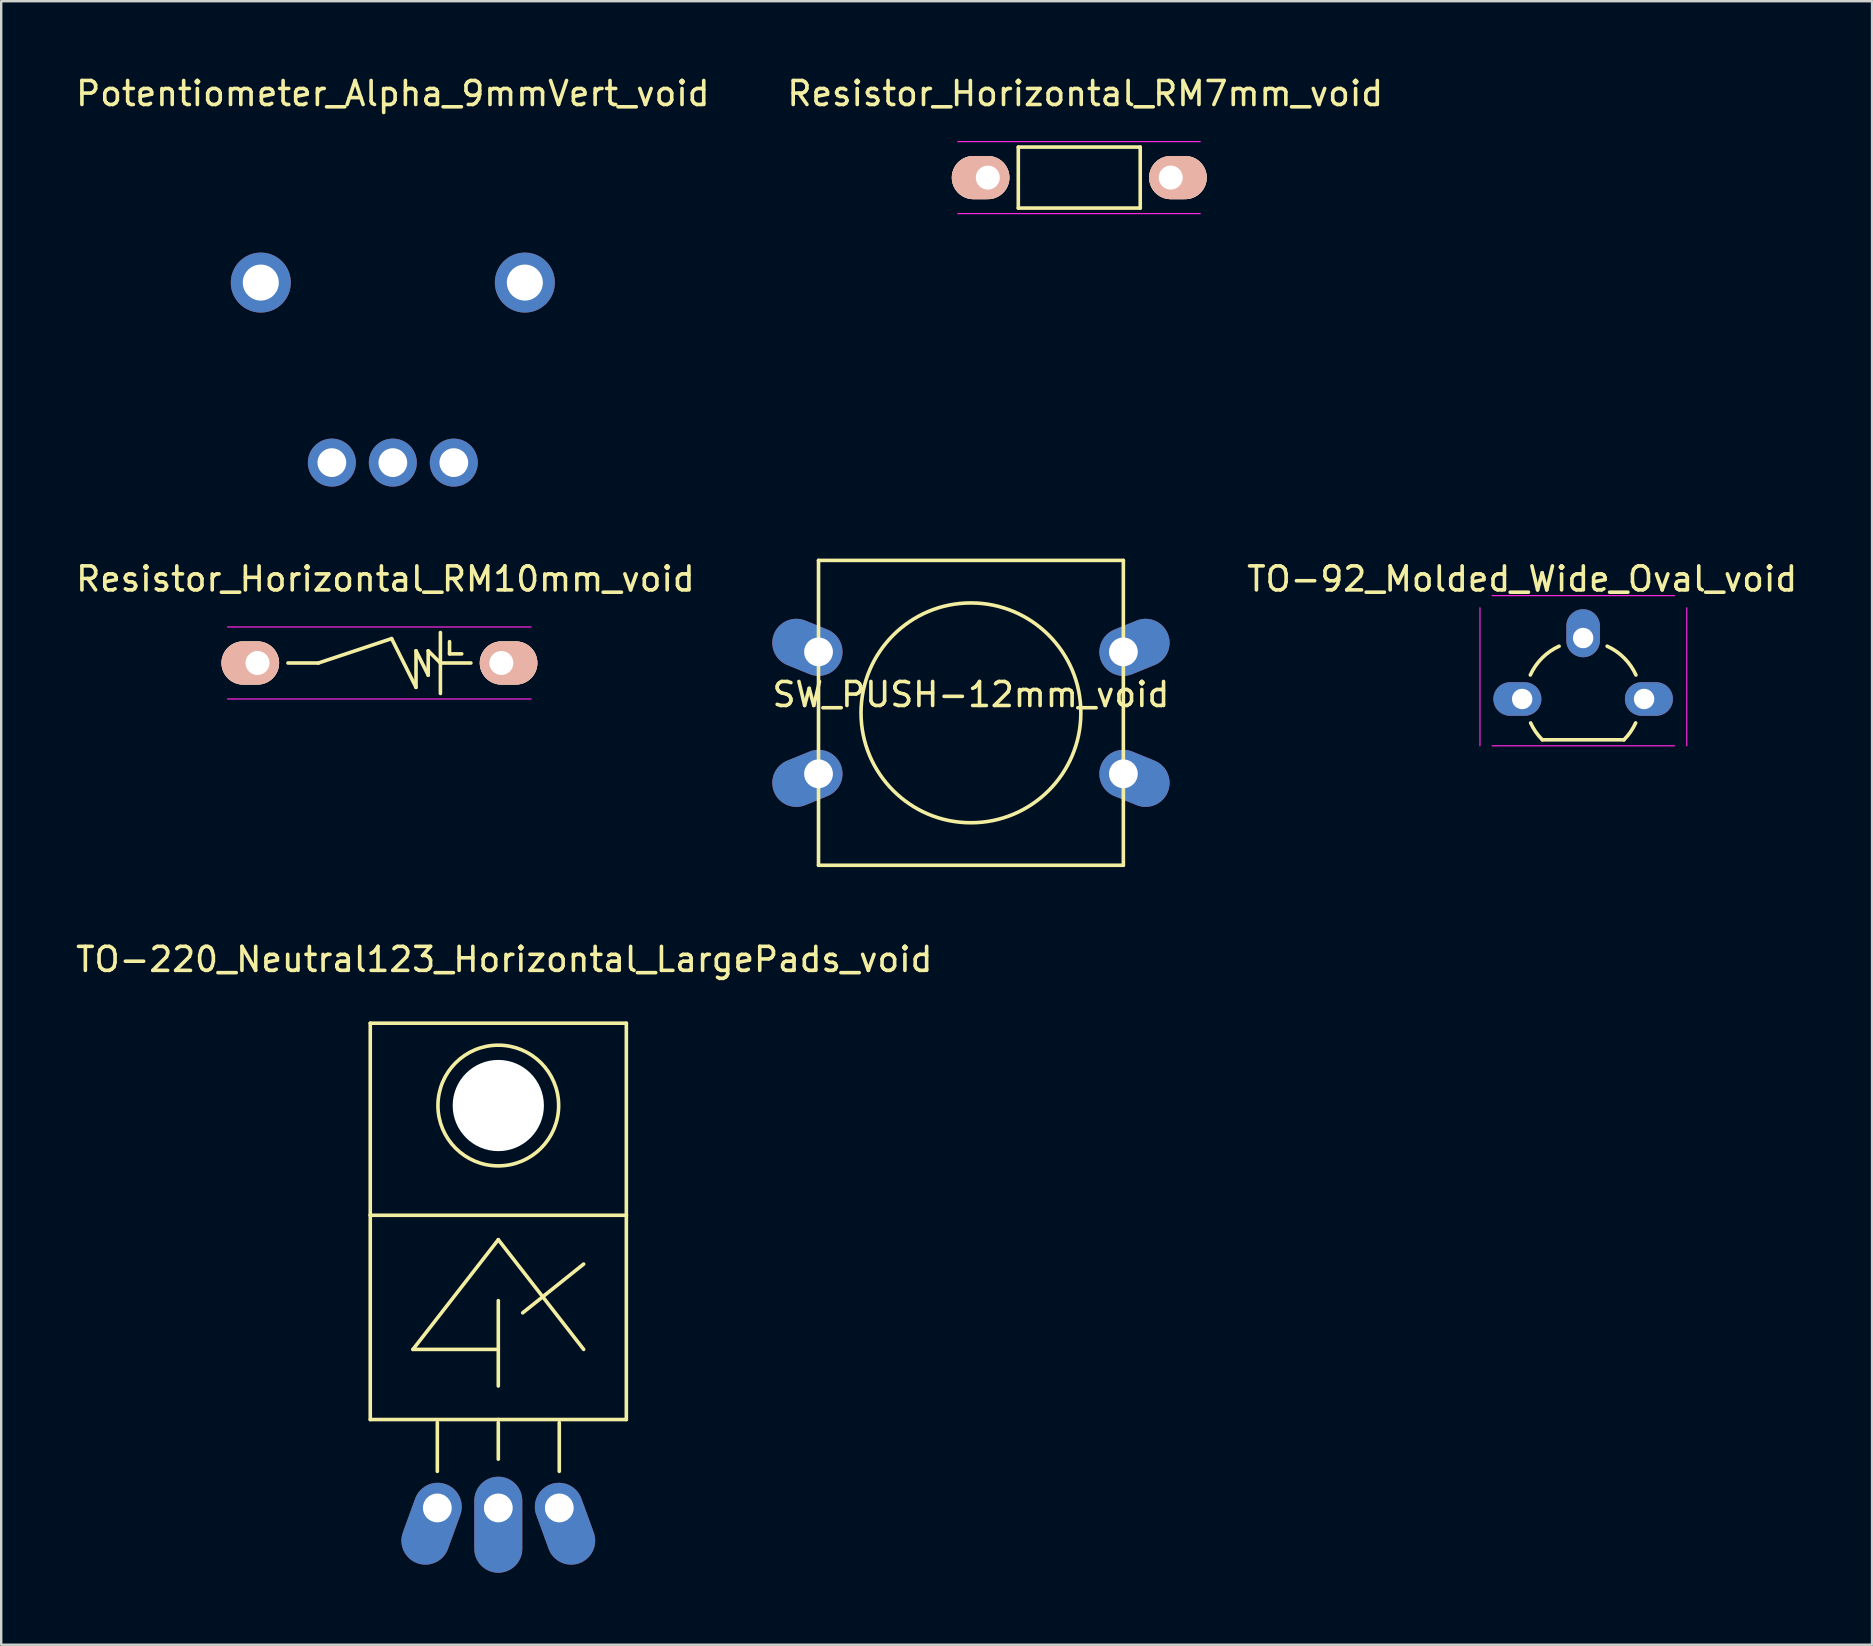
<source format=kicad_pcb>
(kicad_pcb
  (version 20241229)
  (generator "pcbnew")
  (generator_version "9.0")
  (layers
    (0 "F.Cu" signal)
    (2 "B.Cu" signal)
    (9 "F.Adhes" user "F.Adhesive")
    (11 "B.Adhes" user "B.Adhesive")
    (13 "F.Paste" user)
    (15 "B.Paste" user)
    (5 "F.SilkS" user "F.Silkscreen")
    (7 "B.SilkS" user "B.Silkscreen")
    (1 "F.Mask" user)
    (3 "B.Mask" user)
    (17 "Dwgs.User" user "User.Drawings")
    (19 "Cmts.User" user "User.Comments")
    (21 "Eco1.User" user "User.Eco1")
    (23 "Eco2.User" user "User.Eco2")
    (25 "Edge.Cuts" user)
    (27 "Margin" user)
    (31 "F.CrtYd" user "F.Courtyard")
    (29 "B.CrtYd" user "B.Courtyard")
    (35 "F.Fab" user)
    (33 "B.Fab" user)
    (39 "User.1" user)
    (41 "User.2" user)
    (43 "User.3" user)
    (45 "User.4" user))
  (footprint "TO-92_Molded_Wide_Oval_void"
    (layer "F.Cu")
    (at 60.363 26.07)
    (property "Reference" "TO-92_Molded_Wide_Oval_void" (at 0 -5 0) (layer "F.SilkS") (effects (font (size 1 1) (thickness 0.15))))
    (attr through_hole)
    (fp_line (start 0.84 1.7) (end 4.24 1.7) (stroke (width 0.15) (type solid)) (layer "F.SilkS"))
    (fp_arc (start 0.34 -1) (mid 0.831199 -1.708801) (end 1.54 -2.2) (stroke (width 0.15) (type solid)) (layer "F.SilkS"))
    (fp_arc (start 0.84 1.7) (mid 0.564627 1.370365) (end 0.352305 0.99699) (stroke (width 0.15) (type solid)) (layer "F.SilkS"))
    (fp_arc (start 3.54 -2.2) (mid 4.248801 -1.708801) (end 4.74 -1) (stroke (width 0.15) (type solid)) (layer "F.SilkS"))
    (fp_arc (start 4.727695 0.99699) (mid 4.515373 1.370365) (end 4.24 1.7) (stroke (width 0.15) (type solid)) (layer "F.SilkS"))
    (fp_line (start -1.758 1.95) (end -1.758 -3.8) (stroke (width 0.05) (type solid)) (layer "F.CrtYd"))
    (fp_line (start -1.25 -4.308) (end 6.35 -4.308) (stroke (width 0.05) (type solid)) (layer "F.CrtYd"))
    (fp_line (start -1.25 1.95) (end 6.35 1.95) (stroke (width 0.05) (type solid)) (layer "F.CrtYd"))
    (fp_line (start 6.858 1.95) (end 6.858 -3.8) (stroke (width 0.05) (type solid)) (layer "F.CrtYd"))
    (pad "1" thru_hole oval (at 0 0 90) (size 1.4 2) (drill 0.85 (offset 0 -0.2)) (layers "*.Cu" "*.Mask"))
    (pad "2" thru_hole oval (at 2.54 -2.54 90) (size 2 1.4) (drill 0.85 (offset 0.2 0)) (layers "*.Cu" "*.Mask"))
    (pad "3" thru_hole oval (at 5.08 0 90) (size 1.4 2) (drill 0.85 (offset 0 0.2)) (layers "*.Cu" "*.Mask")))
  (footprint "TO-220_Neutral123_Horizontal_LargePads_void"
    (layer "F.Cu")
    (at 17.709 59.77)
    (property "Reference" "TO-220_Neutral123_Horizontal_LargePads_void" (at 0.249 -22.85 0) (layer "F.SilkS") (effects (font (size 1 1) (thickness 0.15))))
    (attr through_hole)
    (fp_line (start -5.334 -20.193) (end -5.334 -12.192) (stroke (width 0.15) (type solid)) (layer "F.SilkS"))
    (fp_line (start -5.334 -12.192) (end -5.334 -3.683) (stroke (width 0.15) (type solid)) (layer "F.SilkS"))
    (fp_line (start -3.556 -6.604) (end 0 -6.604) (stroke (width 0.15) (type solid)) (layer "F.SilkS"))
    (fp_line (start -2.54 -1.524) (end -2.54 -3.556) (stroke (width 0.15) (type solid)) (layer "F.SilkS"))
    (fp_line (start 0 -11.176) (end -3.556 -6.604) (stroke (width 0.15) (type solid)) (layer "F.SilkS"))
    (fp_line (start 0 -11.176) (end 3.556 -6.604) (stroke (width 0.15) (type solid)) (layer "F.SilkS"))
    (fp_line (start 0 -8.636) (end 0 -5.08) (stroke (width 0.15) (type solid)) (layer "F.SilkS"))
    (fp_line (start 0 -3.683) (end -5.334 -3.683) (stroke (width 0.15) (type solid)) (layer "F.SilkS"))
    (fp_line (start 0 -3.683) (end 5.334 -3.683) (stroke (width 0.15) (type solid)) (layer "F.SilkS"))
    (fp_line (start 0 -3.556) (end 0 -2.032) (stroke (width 0.15) (type solid)) (layer "F.SilkS"))
    (fp_line (start 1.016 -8.128) (end 3.556 -10.16) (stroke (width 0.15) (type solid)) (layer "F.SilkS"))
    (fp_line (start 2.54 -1.524) (end 2.54 -3.556) (stroke (width 0.15) (type solid)) (layer "F.SilkS"))
    (fp_line (start 5.334 -20.193) (end -5.334 -20.193) (stroke (width 0.15) (type solid)) (layer "F.SilkS"))
    (fp_line (start 5.334 -12.192) (end -5.334 -12.192) (stroke (width 0.15) (type solid)) (layer "F.SilkS"))
    (fp_line (start 5.334 -12.192) (end 5.334 -20.193) (stroke (width 0.15) (type solid)) (layer "F.SilkS"))
    (fp_line (start 5.334 -3.683) (end 5.334 -12.192) (stroke (width 0.15) (type solid)) (layer "F.SilkS"))
    (fp_circle (center 0 -16.764) (end 1.778 -14.986) (stroke (width 0.15) (type solid)) (fill no) (layer "F.SilkS"))
    (pad "" np_thru_hole circle (at 0 -16.764 90) (size 3.8 3.8) (drill 3.8) (layers "*.Cu" "*.Mask"))
    (pad "1" thru_hole oval (at -2.54 0 70) (size 3.5 2) (drill 1.2 (offset -0.7 0)) (layers "*.Cu" "*.Mask"))
    (pad "2" thru_hole oval (at 0 0 90) (size 4 2) (drill 1.2 (offset -0.7 0)) (layers "*.Cu" "*.Mask"))
    (pad "3" thru_hole oval (at 2.54 0 110) (size 3.5 2) (drill 1.2 (offset -0.7 0)) (layers "*.Cu" "*.Mask")))
  (footprint "Resistor_Horizontal_RM10mm_void"
    (layer "F.Cu")
    (at 7.677 24.57)
    (property "Reference" "Resistor_Horizontal_RM10mm_void" (at 5.329 -3.5 0) (layer "F.SilkS") (effects (font (size 1 1) (thickness 0.15))))
    (attr through_hole)
    (fp_line (start 2.54 0) (end 1.27 0) (stroke (width 0.15) (type solid)) (layer "F.SilkS"))
    (fp_line (start 5.588 -1.016) (end 2.54 0) (stroke (width 0.15) (type solid)) (layer "F.SilkS"))
    (fp_line (start 6.604 -0.508) (end 6.604 1.016) (stroke (width 0.15) (type solid)) (layer "F.SilkS"))
    (fp_line (start 6.604 1.016) (end 5.588 -1.016) (stroke (width 0.15) (type solid)) (layer "F.SilkS"))
    (fp_line (start 7.112 -0.508) (end 7.112 0.508) (stroke (width 0.15) (type solid)) (layer "F.SilkS"))
    (fp_line (start 7.112 0.508) (end 6.604 -0.508) (stroke (width 0.15) (type solid)) (layer "F.SilkS"))
    (fp_line (start 7.62 -1.27) (end 7.62 1.27) (stroke (width 0.15) (type solid)) (layer "F.SilkS"))
    (fp_line (start 7.62 0) (end 7.112 -0.508) (stroke (width 0.15) (type solid)) (layer "F.SilkS"))
    (fp_line (start 7.62 0) (end 8.89 0) (stroke (width 0.15) (type solid)) (layer "F.SilkS"))
    (fp_line (start 8.001 -0.889) (end 8.001 -0.381) (stroke (width 0.15) (type solid)) (layer "F.SilkS"))
    (fp_line (start 8.001 -0.381) (end 8.509 -0.381) (stroke (width 0.15) (type solid)) (layer "F.SilkS"))
    (fp_line (start -1.25 -1.5) (end 11.4 -1.5) (stroke (width 0.05) (type solid)) (layer "F.CrtYd"))
    (fp_line (start -1.25 1.5) (end 11.4 1.5) (stroke (width 0.05) (type solid)) (layer "F.CrtYd"))
    (pad "1" thru_hole oval (at 0 0) (size 2.4 1.8) (drill 1 (offset -0.3 0)) (layers "*.Cu" "*.SilkS" "*.Mask"))
    (pad "2" thru_hole oval (at 10.16 0) (size 2.4 1.8) (drill 1 (offset 0.3 0)) (layers "*.Cu" "*.SilkS" "*.Mask")))
  (footprint "Resistor_Horizontal_RM7mm_void"
    (layer "F.Cu")
    (at 38.102 4.348)
    (property "Reference" "Resistor_Horizontal_RM7mm_void" (at 4.059 -3.5 0) (layer "F.SilkS") (effects (font (size 1 1) (thickness 0.15))))
    (attr through_hole)
    (fp_line (start 1.27 -1.27) (end 6.35 -1.27) (stroke (width 0.15) (type solid)) (layer "F.SilkS"))
    (fp_line (start 1.27 1.27) (end 1.27 -1.27) (stroke (width 0.15) (type solid)) (layer "F.SilkS"))
    (fp_line (start 6.35 -1.27) (end 6.35 1.27) (stroke (width 0.15) (type solid)) (layer "F.SilkS"))
    (fp_line (start 6.35 1.27) (end 1.27 1.27) (stroke (width 0.15) (type solid)) (layer "F.SilkS"))
    (fp_line (start -1.25 -1.5) (end 8.85 -1.5) (stroke (width 0.05) (type solid)) (layer "F.CrtYd"))
    (fp_line (start -1.25 1.5) (end 8.85 1.5) (stroke (width 0.05) (type solid)) (layer "F.CrtYd"))
    (pad "1" thru_hole oval (at 0 0) (size 2.4 1.8) (drill 1 (offset -0.3 0)) (layers "*.Cu" "*.SilkS" "*.Mask"))
    (pad "2" thru_hole oval (at 7.62 0) (size 2.4 1.8) (drill 1 (offset 0.3 0)) (layers "*.Cu" "*.SilkS" "*.Mask")))
  (footprint "SW_PUSH-12mm_void"
    (layer "F.Cu")
    (at 37.399 26.647)
    (property "Reference" "SW_PUSH-12mm_void" (at 0 -0.762 0) (layer "F.SilkS") (effects (font (size 1 1) (thickness 0.15))))
    (attr through_hole)
    (fp_line (start -6.35 -6.35) (end 6.35 -6.35) (stroke (width 0.15) (type solid)) (layer "F.SilkS"))
    (fp_line (start -6.35 6.35) (end -6.35 -6.35) (stroke (width 0.15) (type solid)) (layer "F.SilkS"))
    (fp_line (start 6.35 -6.35) (end 6.35 6.35) (stroke (width 0.15) (type solid)) (layer "F.SilkS"))
    (fp_line (start 6.35 6.35) (end -6.35 6.35) (stroke (width 0.15) (type solid)) (layer "F.SilkS"))
    (fp_circle (center 0 0) (end 3.81 2.54) (stroke (width 0.15) (type solid)) (fill no) (layer "F.SilkS"))
    (pad "1" thru_hole oval (at -6.35 -2.54 337.8) (size 3 2) (drill 1.2 (offset -0.5 0)) (layers "*.Cu" "*.Mask"))
    (pad "1" thru_hole oval (at 6.35 -2.54 22.2) (size 3 2) (drill 1.2 (offset 0.5 0)) (layers "*.Cu" "*.Mask"))
    (pad "2" thru_hole oval (at -6.35 2.54 22.2) (size 3 2) (drill 1.2 (offset -0.5 0)) (layers "*.Cu" "*.Mask"))
    (pad "2" thru_hole oval (at 6.35 2.54 337.8) (size 3 2) (drill 1.2 (offset 0.5 0)) (layers "*.Cu" "*.Mask")))
  (footprint "Potentiometer_Alpha_9mmVert_void"
    (layer "F.Cu")
    (at 13.315 8.722)
    (property "Reference" "Potentiometer_Alpha_9mmVert_void" (at 0 -7.874 0) (layer "F.SilkS") (effects (font (size 1 1) (thickness 0.15))))
    (attr through_hole)
    (pad "1" thru_hole circle (at -2.54 7.5 90) (size 1.999 1.999) (drill 1.199) (layers "*.Cu" "*.Mask"))
    (pad "2" thru_hole circle (at 0 7.5 90) (size 1.999 1.999) (drill 1.199) (layers "*.Cu" "*.Mask"))
    (pad "3" thru_hole circle (at 2.54 7.5 90) (size 1.999 1.999) (drill 1.199) (layers "*.Cu" "*.Mask"))
    (pad "4" thru_hole circle (at -5.5 0) (size 2.5 2.5) (drill 1.5) (layers "*.Cu" "*.Mask"))
    (pad "4" thru_hole circle (at 5.5 0) (size 2.5 2.5) (drill 1.5) (layers "*.Cu" "*.Mask")))
  (gr_rect
    (start -3 -3)
    (end 74.94 65.47)
    (stroke (width 0.1) (type default))
    (fill no)
    (layer "Edge.Cuts")))
</source>
